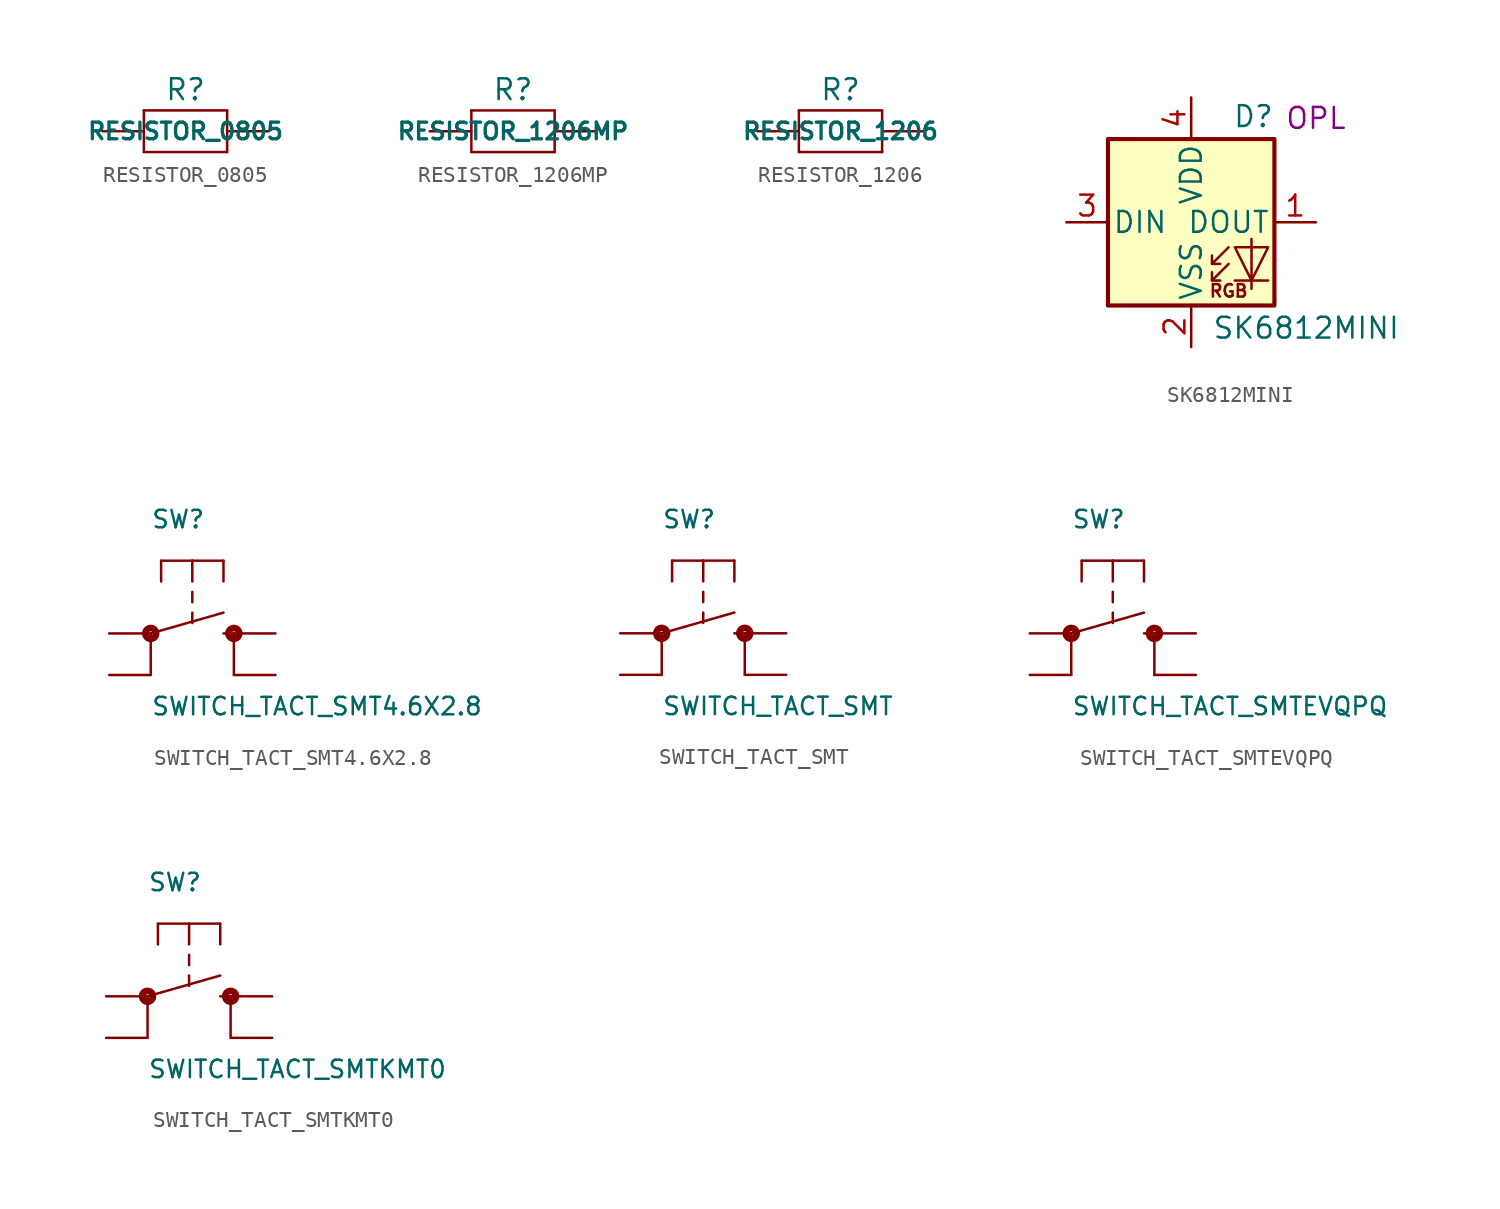
<source format=kicad_sym>
(kicad_symbol_lib
  (version 20211014)
  (generator kicad_symbol_editor)
  (symbol "RESISTOR_0805"
    (pin_names
      (offset 1.016))
    (property "Reference" "R"
      (at 0 2.54 0)
      (effects (font (size 1.27 1.27))))
    (property "Value" "RESISTOR_0805"
      (at 0 0 0)
      (effects (font (size 1.016 1.016) bold)))
    (property "ki_locked" ""
      (at 0 0 0)
      (effects (font (size 1.27 1.27))))
    (symbol "RESISTOR_0805_1_0"
      (polyline (pts (xy -2.54 -1.27) (xy -2.54 1.27)) (stroke (width 0) (type default) (color 0 0 0 0)) (fill (type none)))
      (polyline (pts (xy -2.54 1.27) (xy 2.54 1.27)) (stroke (width 0) (type default) (color 0 0 0 0)) (fill (type none)))
      (polyline (pts (xy 2.54 -1.27) (xy -2.54 -1.27)) (stroke (width 0) (type default) (color 0 0 0 0)) (fill (type none)))
      (polyline (pts (xy 2.54 1.27) (xy 2.54 -1.27)) (stroke (width 0) (type default) (color 0 0 0 0)) (fill (type none)))
      (pin passive line (at -5.08 0 0) (length 2.54) (name "1" (effects (font (size 0 0)))) (number "1" (effects (font (size 0 0)))))
      (pin passive line (at 5.08 0 180) (length 2.54) (name "2" (effects (font (size 0 0)))) (number "2" (effects (font (size 0 0)))))))
  (symbol "RESISTOR_1206MP"
    (pin_names
      (offset 1.016))
    (property "Reference" "R"
      (at 0 2.54 0)
      (effects (font (size 1.27 1.27))))
    (property "Value" "RESISTOR_1206MP"
      (at 0 0 0)
      (effects (font (size 1.016 1.016) bold)))
    (property "ki_locked" ""
      (at 0 0 0)
      (effects (font (size 1.27 1.27))))
    (symbol "RESISTOR_1206MP_1_0"
      (polyline (pts (xy -2.54 -1.27) (xy -2.54 1.27)) (stroke (width 0) (type default) (color 0 0 0 0)) (fill (type none)))
      (polyline (pts (xy -2.54 1.27) (xy 2.54 1.27)) (stroke (width 0) (type default) (color 0 0 0 0)) (fill (type none)))
      (polyline (pts (xy 2.54 -1.27) (xy -2.54 -1.27)) (stroke (width 0) (type default) (color 0 0 0 0)) (fill (type none)))
      (polyline (pts (xy 2.54 1.27) (xy 2.54 -1.27)) (stroke (width 0) (type default) (color 0 0 0 0)) (fill (type none)))
      (pin passive line (at -5.08 0 0) (length 2.54) (name "1" (effects (font (size 0 0)))) (number "1" (effects (font (size 0 0)))))
      (pin passive line (at 5.08 0 180) (length 2.54) (name "2" (effects (font (size 0 0)))) (number "2" (effects (font (size 0 0)))))))
  (symbol "RESISTOR_1206"
    (pin_names
      (offset 1.016))
    (property "Reference" "R"
      (at 0 2.54 0)
      (effects (font (size 1.27 1.27))))
    (property "Value" "RESISTOR_1206"
      (at 0 0 0)
      (effects (font (size 1.016 1.016) bold)))
    (property "ki_locked" ""
      (at 0 0 0)
      (effects (font (size 1.27 1.27))))
    (symbol "RESISTOR_1206_1_0"
      (polyline (pts (xy -2.54 -1.27) (xy -2.54 1.27)) (stroke (width 0) (type default) (color 0 0 0 0)) (fill (type none)))
      (polyline (pts (xy -2.54 1.27) (xy 2.54 1.27)) (stroke (width 0) (type default) (color 0 0 0 0)) (fill (type none)))
      (polyline (pts (xy 2.54 -1.27) (xy -2.54 -1.27)) (stroke (width 0) (type default) (color 0 0 0 0)) (fill (type none)))
      (polyline (pts (xy 2.54 1.27) (xy 2.54 -1.27)) (stroke (width 0) (type default) (color 0 0 0 0)) (fill (type none)))
      (pin passive line (at -5.08 0 0) (length 2.54) (name "1" (effects (font (size 0 0)))) (number "1" (effects (font (size 0 0)))))
      (pin passive line (at 5.08 0 180) (length 2.54) (name "2" (effects (font (size 0 0)))) (number "2" (effects (font (size 0 0)))))))
  (symbol "SK6812MINI"
    (pin_names
      (offset 0.254))
    (property "Reference" "D"
      (at 5.08 5.715 0)
      (effects (font (size 1.27 1.27)) (justify right bottom)))
    (property "Value" "SK6812MINI"
      (at 1.27 -5.715 0)
      (effects (font (size 1.27 1.27)) (justify left top)))
    (property "OPL" "OPL"
      (at 7.62 6.35 0)
      (effects (font (size 1.27 1.27))))
    (symbol "SK6812MINI_0_0"
      (text "RGB" (at 2.286 -4.191 0) (effects (font (size 0.762 0.762)))))
    (symbol "SK6812MINI_0_1"
      (polyline (pts (xy 1.27 -3.556) (xy 1.778 -3.556)) (stroke (width 0) (type default) (color 0 0 0 0)) (fill (type none)))
      (polyline (pts (xy 1.27 -2.54) (xy 1.778 -2.54)) (stroke (width 0) (type default) (color 0 0 0 0)) (fill (type none)))
      (polyline (pts (xy 4.699 -3.556) (xy 2.667 -3.556)) (stroke (width 0) (type default) (color 0 0 0 0)) (fill (type none)))
      (polyline (pts (xy 2.286 -2.54) (xy 1.27 -3.556) (xy 1.27 -3.048)) (stroke (width 0) (type default) (color 0 0 0 0)) (fill (type none)))
      (polyline (pts (xy 2.286 -1.524) (xy 1.27 -2.54) (xy 1.27 -2.032)) (stroke (width 0) (type default) (color 0 0 0 0)) (fill (type none)))
      (polyline (pts (xy 3.683 -1.016) (xy 3.683 -3.556) (xy 3.683 -4.064)) (stroke (width 0) (type default) (color 0 0 0 0)) (fill (type none)))
      (polyline (pts (xy 4.699 -1.524) (xy 2.667 -1.524) (xy 3.683 -3.556) (xy 4.699 -1.524)) (stroke (width 0) (type default) (color 0 0 0 0)) (fill (type none)))
      (rectangle (start 5.08 5.08) (end -5.08 -5.08) (stroke (width 0.254) (type default) (color 0 0 0 0)) (fill (type background))))
    (symbol "SK6812MINI_1_1"
      (pin output line (at 7.62 0 180) (length 2.54) (name "DOUT" (effects (font (size 1.27 1.27)))) (number "1" (effects (font (size 1.27 1.27)))))
      (pin power_in line (at 0 -7.62 90) (length 2.54) (name "VSS" (effects (font (size 1.27 1.27)))) (number "2" (effects (font (size 1.27 1.27)))))
      (pin input line (at -7.62 0 0) (length 2.54) (name "DIN" (effects (font (size 1.27 1.27)))) (number "3" (effects (font (size 1.27 1.27)))))
      (pin power_in line (at 0 7.62 270) (length 2.54) (name "VDD" (effects (font (size 1.27 1.27)))) (number "4" (effects (font (size 1.27 1.27)))))))
  (symbol "SWITCH_TACT_SMT4.6X2.8"
    (pin_names
      (offset 1.016))
    (property "Reference" "SW"
      (at -2.54 6.35 0)
      (effects (font (size 1.067 1.067)) (justify left bottom)))
    (property "Value" "SWITCH_TACT_SMT4.6X2.8"
      (at -2.54 -5.08 0)
      (effects (font (size 1.067 1.067)) (justify left bottom)))
    (property "ki_locked" ""
      (at 0 0 0)
      (effects (font (size 1.27 1.27))))
    (symbol "SWITCH_TACT_SMT4.6X2.8_1_0"
      (circle (center -2.54 0) (radius 0.127) (stroke (width 0.406) (type default) (color 0 0 0 0)) (fill (type none)))
      (polyline (pts (xy -2.54 -2.54) (xy -2.54 0)) (stroke (width 0) (type default) (color 0 0 0 0)) (fill (type none)))
      (polyline (pts (xy -2.54 0) (xy 1.905 1.27)) (stroke (width 0) (type default) (color 0 0 0 0)) (fill (type none)))
      (polyline (pts (xy -1.905 4.445) (xy -1.905 3.175)) (stroke (width 0) (type default) (color 0 0 0 0)) (fill (type none)))
      (polyline (pts (xy 0 1.27) (xy 0 0.635)) (stroke (width 0) (type default) (color 0 0 0 0)) (fill (type none)))
      (polyline (pts (xy 0 2.54) (xy 0 1.905)) (stroke (width 0) (type default) (color 0 0 0 0)) (fill (type none)))
      (polyline (pts (xy 0 4.445) (xy -1.905 4.445)) (stroke (width 0) (type default) (color 0 0 0 0)) (fill (type none)))
      (polyline (pts (xy 0 4.445) (xy 0 3.175)) (stroke (width 0) (type default) (color 0 0 0 0)) (fill (type none)))
      (polyline (pts (xy 1.905 0) (xy 2.54 0)) (stroke (width 0) (type default) (color 0 0 0 0)) (fill (type none)))
      (polyline (pts (xy 1.905 4.445) (xy 0 4.445)) (stroke (width 0) (type default) (color 0 0 0 0)) (fill (type none)))
      (polyline (pts (xy 1.905 4.445) (xy 1.905 3.175)) (stroke (width 0) (type default) (color 0 0 0 0)) (fill (type none)))
      (polyline (pts (xy 2.54 -2.54) (xy 2.54 0)) (stroke (width 0) (type default) (color 0 0 0 0)) (fill (type none)))
      (circle (center 2.54 0) (radius 0.127) (stroke (width 0.406) (type default) (color 0 0 0 0)) (fill (type none)))
      (pin passive line (at -5.08 0 0) (length 2.54) (name "P" (effects (font (size 0 0)))) (number "A" (effects (font (size 0 0)))))
      (pin passive line (at -5.08 -2.54 0) (length 2.54) (name "P1" (effects (font (size 0 0)))) (number "A'" (effects (font (size 0 0)))))
      (pin passive line (at 5.08 0 180) (length 2.54) (name "S" (effects (font (size 0 0)))) (number "B" (effects (font (size 0 0)))))
      (pin passive line (at 5.08 -2.54 180) (length 2.54) (name "S1" (effects (font (size 0 0)))) (number "B'" (effects (font (size 0 0)))))))
  (symbol "SWITCH_TACT_SMT"
    (pin_names
      (offset 1.016))
    (property "Reference" "SW"
      (at -2.54 6.35 0)
      (effects (font (size 1.067 1.067)) (justify left bottom)))
    (property "Value" "SWITCH_TACT_SMT"
      (at -2.54 -5.08 0)
      (effects (font (size 1.067 1.067)) (justify left bottom)))
    (property "ki_locked" ""
      (at 0 0 0)
      (effects (font (size 1.27 1.27))))
    (symbol "SWITCH_TACT_SMT_1_0"
      (circle (center -2.54 0) (radius 0.127) (stroke (width 0.406) (type default) (color 0 0 0 0)) (fill (type none)))
      (polyline (pts (xy -2.54 -2.54) (xy -2.54 0)) (stroke (width 0) (type default) (color 0 0 0 0)) (fill (type none)))
      (polyline (pts (xy -2.54 0) (xy 1.905 1.27)) (stroke (width 0) (type default) (color 0 0 0 0)) (fill (type none)))
      (polyline (pts (xy -1.905 4.445) (xy -1.905 3.175)) (stroke (width 0) (type default) (color 0 0 0 0)) (fill (type none)))
      (polyline (pts (xy 0 1.27) (xy 0 0.635)) (stroke (width 0) (type default) (color 0 0 0 0)) (fill (type none)))
      (polyline (pts (xy 0 2.54) (xy 0 1.905)) (stroke (width 0) (type default) (color 0 0 0 0)) (fill (type none)))
      (polyline (pts (xy 0 4.445) (xy -1.905 4.445)) (stroke (width 0) (type default) (color 0 0 0 0)) (fill (type none)))
      (polyline (pts (xy 0 4.445) (xy 0 3.175)) (stroke (width 0) (type default) (color 0 0 0 0)) (fill (type none)))
      (polyline (pts (xy 1.905 0) (xy 2.54 0)) (stroke (width 0) (type default) (color 0 0 0 0)) (fill (type none)))
      (polyline (pts (xy 1.905 4.445) (xy 0 4.445)) (stroke (width 0) (type default) (color 0 0 0 0)) (fill (type none)))
      (polyline (pts (xy 1.905 4.445) (xy 1.905 3.175)) (stroke (width 0) (type default) (color 0 0 0 0)) (fill (type none)))
      (polyline (pts (xy 2.54 -2.54) (xy 2.54 0)) (stroke (width 0) (type default) (color 0 0 0 0)) (fill (type none)))
      (circle (center 2.54 0) (radius 0.127) (stroke (width 0.406) (type default) (color 0 0 0 0)) (fill (type none)))
      (pin passive line (at -5.08 0 0) (length 2.54) (name "P" (effects (font (size 0 0)))) (number "A" (effects (font (size 0 0)))))
      (pin passive line (at -5.08 -2.54 0) (length 2.54) (name "P1" (effects (font (size 0 0)))) (number "A'" (effects (font (size 0 0)))))
      (pin passive line (at 5.08 0 180) (length 2.54) (name "S" (effects (font (size 0 0)))) (number "B" (effects (font (size 0 0)))))
      (pin passive line (at 5.08 -2.54 180) (length 2.54) (name "S1" (effects (font (size 0 0)))) (number "B'" (effects (font (size 0 0)))))))
  (symbol "SWITCH_TACT_SMTEVQPQ"
    (pin_names
      (offset 1.016))
    (property "Reference" "SW"
      (at -2.54 6.35 0)
      (effects (font (size 1.067 1.067)) (justify left bottom)))
    (property "Value" "SWITCH_TACT_SMTEVQPQ"
      (at -2.54 -5.08 0)
      (effects (font (size 1.067 1.067)) (justify left bottom)))
    (property "ki_locked" ""
      (at 0 0 0)
      (effects (font (size 1.27 1.27))))
    (symbol "SWITCH_TACT_SMTEVQPQ_1_0"
      (circle (center -2.54 0) (radius 0.127) (stroke (width 0.406) (type default) (color 0 0 0 0)) (fill (type none)))
      (polyline (pts (xy -2.54 -2.54) (xy -2.54 0)) (stroke (width 0) (type default) (color 0 0 0 0)) (fill (type none)))
      (polyline (pts (xy -2.54 0) (xy 1.905 1.27)) (stroke (width 0) (type default) (color 0 0 0 0)) (fill (type none)))
      (polyline (pts (xy -1.905 4.445) (xy -1.905 3.175)) (stroke (width 0) (type default) (color 0 0 0 0)) (fill (type none)))
      (polyline (pts (xy 0 1.27) (xy 0 0.635)) (stroke (width 0) (type default) (color 0 0 0 0)) (fill (type none)))
      (polyline (pts (xy 0 2.54) (xy 0 1.905)) (stroke (width 0) (type default) (color 0 0 0 0)) (fill (type none)))
      (polyline (pts (xy 0 4.445) (xy -1.905 4.445)) (stroke (width 0) (type default) (color 0 0 0 0)) (fill (type none)))
      (polyline (pts (xy 0 4.445) (xy 0 3.175)) (stroke (width 0) (type default) (color 0 0 0 0)) (fill (type none)))
      (polyline (pts (xy 1.905 0) (xy 2.54 0)) (stroke (width 0) (type default) (color 0 0 0 0)) (fill (type none)))
      (polyline (pts (xy 1.905 4.445) (xy 0 4.445)) (stroke (width 0) (type default) (color 0 0 0 0)) (fill (type none)))
      (polyline (pts (xy 1.905 4.445) (xy 1.905 3.175)) (stroke (width 0) (type default) (color 0 0 0 0)) (fill (type none)))
      (polyline (pts (xy 2.54 -2.54) (xy 2.54 0)) (stroke (width 0) (type default) (color 0 0 0 0)) (fill (type none)))
      (circle (center 2.54 0) (radius 0.127) (stroke (width 0.406) (type default) (color 0 0 0 0)) (fill (type none)))
      (pin passive line (at -5.08 0 0) (length 2.54) (name "P" (effects (font (size 0 0)))) (number "A" (effects (font (size 0 0)))))
      (pin passive line (at 5.08 0 180) (length 2.54) (name "S" (effects (font (size 0 0)))) (number "B" (effects (font (size 0 0)))))
      (pin passive line (at -5.08 -2.54 0) (length 2.54) (name "P1" (effects (font (size 0 0)))) (number "C" (effects (font (size 0 0)))))
      (pin passive line (at 5.08 -2.54 180) (length 2.54) (name "S1" (effects (font (size 0 0)))) (number "D" (effects (font (size 0 0)))))))
  (symbol "SWITCH_TACT_SMTKMT0"
    (pin_names
      (offset 1.016))
    (property "Reference" "SW"
      (at -2.54 6.35 0)
      (effects (font (size 1.067 1.067)) (justify left bottom)))
    (property "Value" "SWITCH_TACT_SMTKMT0"
      (at -2.54 -5.08 0)
      (effects (font (size 1.067 1.067)) (justify left bottom)))
    (property "ki_locked" ""
      (at 0 0 0)
      (effects (font (size 1.27 1.27))))
    (symbol "SWITCH_TACT_SMTKMT0_1_0"
      (circle (center -2.54 0) (radius 0.127) (stroke (width 0.406) (type default) (color 0 0 0 0)) (fill (type none)))
      (polyline (pts (xy -2.54 -2.54) (xy -2.54 0)) (stroke (width 0) (type default) (color 0 0 0 0)) (fill (type none)))
      (polyline (pts (xy -2.54 0) (xy 1.905 1.27)) (stroke (width 0) (type default) (color 0 0 0 0)) (fill (type none)))
      (polyline (pts (xy -1.905 4.445) (xy -1.905 3.175)) (stroke (width 0) (type default) (color 0 0 0 0)) (fill (type none)))
      (polyline (pts (xy 0 1.27) (xy 0 0.635)) (stroke (width 0) (type default) (color 0 0 0 0)) (fill (type none)))
      (polyline (pts (xy 0 2.54) (xy 0 1.905)) (stroke (width 0) (type default) (color 0 0 0 0)) (fill (type none)))
      (polyline (pts (xy 0 4.445) (xy -1.905 4.445)) (stroke (width 0) (type default) (color 0 0 0 0)) (fill (type none)))
      (polyline (pts (xy 0 4.445) (xy 0 3.175)) (stroke (width 0) (type default) (color 0 0 0 0)) (fill (type none)))
      (polyline (pts (xy 1.905 0) (xy 2.54 0)) (stroke (width 0) (type default) (color 0 0 0 0)) (fill (type none)))
      (polyline (pts (xy 1.905 4.445) (xy 0 4.445)) (stroke (width 0) (type default) (color 0 0 0 0)) (fill (type none)))
      (polyline (pts (xy 1.905 4.445) (xy 1.905 3.175)) (stroke (width 0) (type default) (color 0 0 0 0)) (fill (type none)))
      (polyline (pts (xy 2.54 -2.54) (xy 2.54 0)) (stroke (width 0) (type default) (color 0 0 0 0)) (fill (type none)))
      (circle (center 2.54 0) (radius 0.127) (stroke (width 0.406) (type default) (color 0 0 0 0)) (fill (type none)))
      (pin passive line (at -5.08 0 0) (length 2.54) (name "P" (effects (font (size 0 0)))) (number "A" (effects (font (size 0 0)))))
      (pin passive line (at -5.08 -2.54 0) (length 2.54) (name "P1" (effects (font (size 0 0)))) (number "A'" (effects (font (size 0 0)))))
      (pin passive line (at 5.08 0 180) (length 2.54) (name "S" (effects (font (size 0 0)))) (number "B" (effects (font (size 0 0)))))
      (pin passive line (at 5.08 -2.54 180) (length 2.54) (name "S1" (effects (font (size 0 0)))) (number "B'" (effects (font (size 0 0))))))))
</source>
